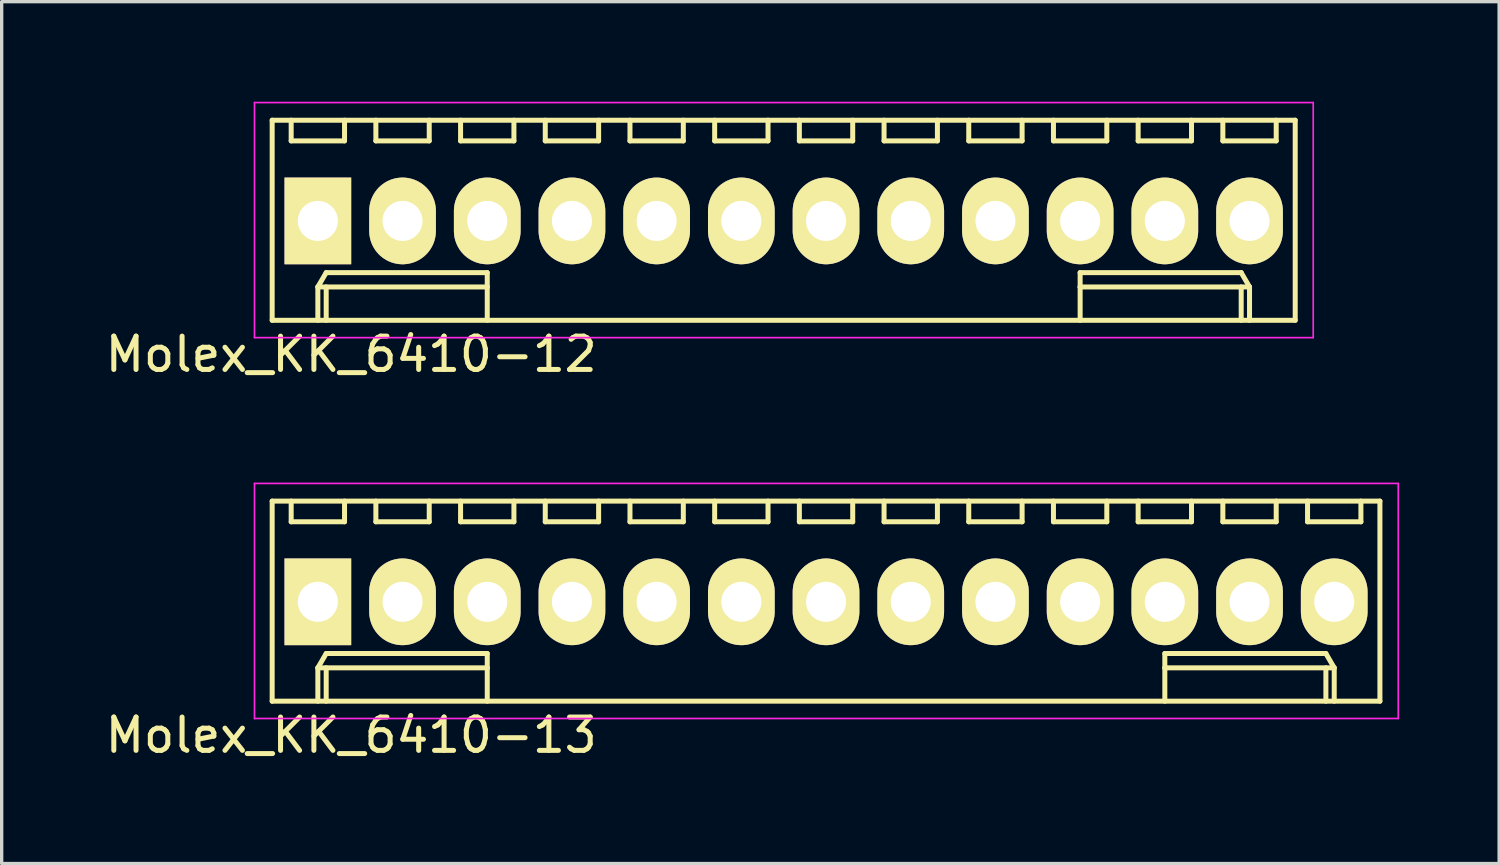
<source format=kicad_pcb>
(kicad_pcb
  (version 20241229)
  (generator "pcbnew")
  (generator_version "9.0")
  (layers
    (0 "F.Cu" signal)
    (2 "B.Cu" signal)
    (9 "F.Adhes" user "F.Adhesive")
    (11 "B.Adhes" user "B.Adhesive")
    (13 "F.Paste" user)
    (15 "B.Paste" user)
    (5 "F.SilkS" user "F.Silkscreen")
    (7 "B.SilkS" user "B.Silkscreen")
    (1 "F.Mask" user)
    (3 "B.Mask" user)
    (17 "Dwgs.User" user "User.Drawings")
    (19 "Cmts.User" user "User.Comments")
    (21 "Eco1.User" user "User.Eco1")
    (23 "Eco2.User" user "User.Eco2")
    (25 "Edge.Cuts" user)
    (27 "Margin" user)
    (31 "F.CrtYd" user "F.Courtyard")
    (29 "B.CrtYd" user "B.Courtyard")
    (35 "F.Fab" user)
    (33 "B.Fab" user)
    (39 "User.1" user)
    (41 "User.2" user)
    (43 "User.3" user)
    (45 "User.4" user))
  (footprint "Molex_KK_6410-13"
    (layer "F.Cu")
    (at 6.482 14.998)
    (property "Reference" "Molex_KK_6410-13" (at 1 4 0) (layer "F.SilkS") (effects (font (size 1 1) (thickness 0.15))))
    (attr through_hole)
    (fp_line (start -1.37 -3.02) (end -1.37 2.98) (stroke (width 0.15) (type solid)) (layer "F.SilkS"))
    (fp_line (start -1.37 2.98) (end 31.85 2.98) (stroke (width 0.15) (type solid)) (layer "F.SilkS"))
    (fp_line (start -0.8 -3.02) (end -0.8 -2.4) (stroke (width 0.15) (type solid)) (layer "F.SilkS"))
    (fp_line (start -0.8 -2.4) (end 0.8 -2.4) (stroke (width 0.15) (type solid)) (layer "F.SilkS"))
    (fp_line (start 0 1.98) (end 0.25 1.55) (stroke (width 0.15) (type solid)) (layer "F.SilkS"))
    (fp_line (start 0 1.98) (end 5.08 1.98) (stroke (width 0.15) (type solid)) (layer "F.SilkS"))
    (fp_line (start 0 2.98) (end 0 1.98) (stroke (width 0.15) (type solid)) (layer "F.SilkS"))
    (fp_line (start 0.25 1.55) (end 5.08 1.55) (stroke (width 0.15) (type solid)) (layer "F.SilkS"))
    (fp_line (start 0.25 2.98) (end 0.25 1.98) (stroke (width 0.15) (type solid)) (layer "F.SilkS"))
    (fp_line (start 0.8 -2.4) (end 0.8 -3.02) (stroke (width 0.15) (type solid)) (layer "F.SilkS"))
    (fp_line (start 1.74 -3.02) (end 1.74 -2.4) (stroke (width 0.15) (type solid)) (layer "F.SilkS"))
    (fp_line (start 1.74 -2.4) (end 3.34 -2.4) (stroke (width 0.15) (type solid)) (layer "F.SilkS"))
    (fp_line (start 3.34 -2.4) (end 3.34 -3.02) (stroke (width 0.15) (type solid)) (layer "F.SilkS"))
    (fp_line (start 4.28 -3.02) (end 4.28 -2.4) (stroke (width 0.15) (type solid)) (layer "F.SilkS"))
    (fp_line (start 4.28 -2.4) (end 5.88 -2.4) (stroke (width 0.15) (type solid)) (layer "F.SilkS"))
    (fp_line (start 5.08 1.55) (end 5.08 1.98) (stroke (width 0.15) (type solid)) (layer "F.SilkS"))
    (fp_line (start 5.08 1.98) (end 5.08 2.98) (stroke (width 0.15) (type solid)) (layer "F.SilkS"))
    (fp_line (start 5.88 -2.4) (end 5.88 -3.02) (stroke (width 0.15) (type solid)) (layer "F.SilkS"))
    (fp_line (start 6.82 -3.02) (end 6.82 -2.4) (stroke (width 0.15) (type solid)) (layer "F.SilkS"))
    (fp_line (start 6.82 -2.4) (end 8.42 -2.4) (stroke (width 0.15) (type solid)) (layer "F.SilkS"))
    (fp_line (start 8.42 -2.4) (end 8.42 -3.02) (stroke (width 0.15) (type solid)) (layer "F.SilkS"))
    (fp_line (start 9.36 -3.02) (end 9.36 -2.4) (stroke (width 0.15) (type solid)) (layer "F.SilkS"))
    (fp_line (start 9.36 -2.4) (end 10.96 -2.4) (stroke (width 0.15) (type solid)) (layer "F.SilkS"))
    (fp_line (start 10.96 -2.4) (end 10.96 -3.02) (stroke (width 0.15) (type solid)) (layer "F.SilkS"))
    (fp_line (start 11.9 -3.02) (end 11.9 -2.4) (stroke (width 0.15) (type solid)) (layer "F.SilkS"))
    (fp_line (start 11.9 -2.4) (end 13.5 -2.4) (stroke (width 0.15) (type solid)) (layer "F.SilkS"))
    (fp_line (start 13.5 -2.4) (end 13.5 -3.02) (stroke (width 0.15) (type solid)) (layer "F.SilkS"))
    (fp_line (start 14.44 -3.02) (end 14.44 -2.4) (stroke (width 0.15) (type solid)) (layer "F.SilkS"))
    (fp_line (start 14.44 -2.4) (end 16.04 -2.4) (stroke (width 0.15) (type solid)) (layer "F.SilkS"))
    (fp_line (start 16.04 -2.4) (end 16.04 -3.02) (stroke (width 0.15) (type solid)) (layer "F.SilkS"))
    (fp_line (start 16.98 -3.02) (end 16.98 -2.4) (stroke (width 0.15) (type solid)) (layer "F.SilkS"))
    (fp_line (start 16.98 -2.4) (end 18.58 -2.4) (stroke (width 0.15) (type solid)) (layer "F.SilkS"))
    (fp_line (start 18.58 -2.4) (end 18.58 -3.02) (stroke (width 0.15) (type solid)) (layer "F.SilkS"))
    (fp_line (start 19.52 -3.02) (end 19.52 -2.4) (stroke (width 0.15) (type solid)) (layer "F.SilkS"))
    (fp_line (start 19.52 -2.4) (end 21.12 -2.4) (stroke (width 0.15) (type solid)) (layer "F.SilkS"))
    (fp_line (start 21.12 -2.4) (end 21.12 -3.02) (stroke (width 0.15) (type solid)) (layer "F.SilkS"))
    (fp_line (start 22.06 -3.02) (end 22.06 -2.4) (stroke (width 0.15) (type solid)) (layer "F.SilkS"))
    (fp_line (start 22.06 -2.4) (end 23.66 -2.4) (stroke (width 0.15) (type solid)) (layer "F.SilkS"))
    (fp_line (start 23.66 -2.4) (end 23.66 -3.02) (stroke (width 0.15) (type solid)) (layer "F.SilkS"))
    (fp_line (start 24.6 -3.02) (end 24.6 -2.4) (stroke (width 0.15) (type solid)) (layer "F.SilkS"))
    (fp_line (start 24.6 -2.4) (end 26.2 -2.4) (stroke (width 0.15) (type solid)) (layer "F.SilkS"))
    (fp_line (start 25.4 1.55) (end 25.4 1.98) (stroke (width 0.15) (type solid)) (layer "F.SilkS"))
    (fp_line (start 25.4 1.98) (end 25.4 2.98) (stroke (width 0.15) (type solid)) (layer "F.SilkS"))
    (fp_line (start 26.2 -2.4) (end 26.2 -3.02) (stroke (width 0.15) (type solid)) (layer "F.SilkS"))
    (fp_line (start 27.14 -3.02) (end 27.14 -2.4) (stroke (width 0.15) (type solid)) (layer "F.SilkS"))
    (fp_line (start 27.14 -2.4) (end 28.74 -2.4) (stroke (width 0.15) (type solid)) (layer "F.SilkS"))
    (fp_line (start 28.74 -2.4) (end 28.74 -3.02) (stroke (width 0.15) (type solid)) (layer "F.SilkS"))
    (fp_line (start 29.68 -3.02) (end 29.68 -2.4) (stroke (width 0.15) (type solid)) (layer "F.SilkS"))
    (fp_line (start 29.68 -2.4) (end 31.28 -2.4) (stroke (width 0.15) (type solid)) (layer "F.SilkS"))
    (fp_line (start 30.23 1.55) (end 25.4 1.55) (stroke (width 0.15) (type solid)) (layer "F.SilkS"))
    (fp_line (start 30.23 2.98) (end 30.23 1.98) (stroke (width 0.15) (type solid)) (layer "F.SilkS"))
    (fp_line (start 30.48 1.98) (end 25.4 1.98) (stroke (width 0.15) (type solid)) (layer "F.SilkS"))
    (fp_line (start 30.48 1.98) (end 30.23 1.55) (stroke (width 0.15) (type solid)) (layer "F.SilkS"))
    (fp_line (start 30.48 2.98) (end 30.48 1.98) (stroke (width 0.15) (type solid)) (layer "F.SilkS"))
    (fp_line (start 31.28 -2.4) (end 31.28 -3.02) (stroke (width 0.15) (type solid)) (layer "F.SilkS"))
    (fp_line (start 31.85 -3.02) (end -1.37 -3.02) (stroke (width 0.15) (type solid)) (layer "F.SilkS"))
    (fp_line (start 31.85 2.98) (end 31.85 -3.02) (stroke (width 0.15) (type solid)) (layer "F.SilkS"))
    (fp_line (start -1.9 -3.55) (end 32.4 -3.55) (stroke (width 0.05) (type solid)) (layer "F.CrtYd"))
    (fp_line (start -1.9 3.5) (end -1.9 -3.55) (stroke (width 0.05) (type solid)) (layer "F.CrtYd"))
    (fp_line (start 32.4 -3.55) (end 32.4 3.5) (stroke (width 0.05) (type solid)) (layer "F.CrtYd"))
    (fp_line (start 32.4 3.5) (end -1.9 3.5) (stroke (width 0.05) (type solid)) (layer "F.CrtYd"))
    (pad "1" thru_hole rect (at 0 0) (size 2 2.6) (drill 1.2) (layers "*.Cu" "*.Mask" "F.SilkS"))
    (pad "2" thru_hole oval (at 2.54 0) (size 2 2.6) (drill 1.2) (layers "*.Cu" "*.Mask" "F.SilkS"))
    (pad "3" thru_hole oval (at 5.08 0) (size 2 2.6) (drill 1.2) (layers "*.Cu" "*.Mask" "F.SilkS"))
    (pad "4" thru_hole oval (at 7.62 0) (size 2 2.6) (drill 1.2) (layers "*.Cu" "*.Mask" "F.SilkS"))
    (pad "5" thru_hole oval (at 10.16 0) (size 2 2.6) (drill 1.2) (layers "*.Cu" "*.Mask" "F.SilkS"))
    (pad "6" thru_hole oval (at 12.7 0) (size 2 2.6) (drill 1.2) (layers "*.Cu" "*.Mask" "F.SilkS"))
    (pad "7" thru_hole oval (at 15.24 0) (size 2 2.6) (drill 1.2) (layers "*.Cu" "*.Mask" "F.SilkS"))
    (pad "8" thru_hole oval (at 17.78 0) (size 2 2.6) (drill 1.2) (layers "*.Cu" "*.Mask" "F.SilkS"))
    (pad "9" thru_hole oval (at 20.32 0) (size 2 2.6) (drill 1.2) (layers "*.Cu" "*.Mask" "F.SilkS"))
    (pad "10" thru_hole oval (at 22.86 0) (size 2 2.6) (drill 1.2) (layers "*.Cu" "*.Mask" "F.SilkS"))
    (pad "11" thru_hole oval (at 25.4 0) (size 2 2.6) (drill 1.2) (layers "*.Cu" "*.Mask" "F.SilkS"))
    (pad "12" thru_hole oval (at 27.94 0) (size 2 2.6) (drill 1.2) (layers "*.Cu" "*.Mask" "F.SilkS"))
    (pad "13" thru_hole oval (at 30.48 0) (size 2 2.6) (drill 1.2) (layers "*.Cu" "*.Mask" "F.SilkS")))
  (footprint "Molex_KK_6410-12"
    (layer "F.Cu")
    (at 6.482 3.575)
    (property "Reference" "Molex_KK_6410-12" (at 1 4 0) (layer "F.SilkS") (effects (font (size 1 1) (thickness 0.15))))
    (attr through_hole)
    (fp_line (start -1.37 -3.02) (end -1.37 2.98) (stroke (width 0.15) (type solid)) (layer "F.SilkS"))
    (fp_line (start -1.37 2.98) (end 29.31 2.98) (stroke (width 0.15) (type solid)) (layer "F.SilkS"))
    (fp_line (start -0.8 -3.02) (end -0.8 -2.4) (stroke (width 0.15) (type solid)) (layer "F.SilkS"))
    (fp_line (start -0.8 -2.4) (end 0.8 -2.4) (stroke (width 0.15) (type solid)) (layer "F.SilkS"))
    (fp_line (start 0 1.98) (end 0.25 1.55) (stroke (width 0.15) (type solid)) (layer "F.SilkS"))
    (fp_line (start 0 1.98) (end 5.08 1.98) (stroke (width 0.15) (type solid)) (layer "F.SilkS"))
    (fp_line (start 0 2.98) (end 0 1.98) (stroke (width 0.15) (type solid)) (layer "F.SilkS"))
    (fp_line (start 0.25 1.55) (end 5.08 1.55) (stroke (width 0.15) (type solid)) (layer "F.SilkS"))
    (fp_line (start 0.25 2.98) (end 0.25 1.98) (stroke (width 0.15) (type solid)) (layer "F.SilkS"))
    (fp_line (start 0.8 -2.4) (end 0.8 -3.02) (stroke (width 0.15) (type solid)) (layer "F.SilkS"))
    (fp_line (start 1.74 -3.02) (end 1.74 -2.4) (stroke (width 0.15) (type solid)) (layer "F.SilkS"))
    (fp_line (start 1.74 -2.4) (end 3.34 -2.4) (stroke (width 0.15) (type solid)) (layer "F.SilkS"))
    (fp_line (start 3.34 -2.4) (end 3.34 -3.02) (stroke (width 0.15) (type solid)) (layer "F.SilkS"))
    (fp_line (start 4.28 -3.02) (end 4.28 -2.4) (stroke (width 0.15) (type solid)) (layer "F.SilkS"))
    (fp_line (start 4.28 -2.4) (end 5.88 -2.4) (stroke (width 0.15) (type solid)) (layer "F.SilkS"))
    (fp_line (start 5.08 1.55) (end 5.08 1.98) (stroke (width 0.15) (type solid)) (layer "F.SilkS"))
    (fp_line (start 5.08 1.98) (end 5.08 2.98) (stroke (width 0.15) (type solid)) (layer "F.SilkS"))
    (fp_line (start 5.88 -2.4) (end 5.88 -3.02) (stroke (width 0.15) (type solid)) (layer "F.SilkS"))
    (fp_line (start 6.82 -3.02) (end 6.82 -2.4) (stroke (width 0.15) (type solid)) (layer "F.SilkS"))
    (fp_line (start 6.82 -2.4) (end 8.42 -2.4) (stroke (width 0.15) (type solid)) (layer "F.SilkS"))
    (fp_line (start 8.42 -2.4) (end 8.42 -3.02) (stroke (width 0.15) (type solid)) (layer "F.SilkS"))
    (fp_line (start 9.36 -3.02) (end 9.36 -2.4) (stroke (width 0.15) (type solid)) (layer "F.SilkS"))
    (fp_line (start 9.36 -2.4) (end 10.96 -2.4) (stroke (width 0.15) (type solid)) (layer "F.SilkS"))
    (fp_line (start 10.96 -2.4) (end 10.96 -3.02) (stroke (width 0.15) (type solid)) (layer "F.SilkS"))
    (fp_line (start 11.9 -3.02) (end 11.9 -2.4) (stroke (width 0.15) (type solid)) (layer "F.SilkS"))
    (fp_line (start 11.9 -2.4) (end 13.5 -2.4) (stroke (width 0.15) (type solid)) (layer "F.SilkS"))
    (fp_line (start 13.5 -2.4) (end 13.5 -3.02) (stroke (width 0.15) (type solid)) (layer "F.SilkS"))
    (fp_line (start 14.44 -3.02) (end 14.44 -2.4) (stroke (width 0.15) (type solid)) (layer "F.SilkS"))
    (fp_line (start 14.44 -2.4) (end 16.04 -2.4) (stroke (width 0.15) (type solid)) (layer "F.SilkS"))
    (fp_line (start 16.04 -2.4) (end 16.04 -3.02) (stroke (width 0.15) (type solid)) (layer "F.SilkS"))
    (fp_line (start 16.98 -3.02) (end 16.98 -2.4) (stroke (width 0.15) (type solid)) (layer "F.SilkS"))
    (fp_line (start 16.98 -2.4) (end 18.58 -2.4) (stroke (width 0.15) (type solid)) (layer "F.SilkS"))
    (fp_line (start 18.58 -2.4) (end 18.58 -3.02) (stroke (width 0.15) (type solid)) (layer "F.SilkS"))
    (fp_line (start 19.52 -3.02) (end 19.52 -2.4) (stroke (width 0.15) (type solid)) (layer "F.SilkS"))
    (fp_line (start 19.52 -2.4) (end 21.12 -2.4) (stroke (width 0.15) (type solid)) (layer "F.SilkS"))
    (fp_line (start 21.12 -2.4) (end 21.12 -3.02) (stroke (width 0.15) (type solid)) (layer "F.SilkS"))
    (fp_line (start 22.06 -3.02) (end 22.06 -2.4) (stroke (width 0.15) (type solid)) (layer "F.SilkS"))
    (fp_line (start 22.06 -2.4) (end 23.66 -2.4) (stroke (width 0.15) (type solid)) (layer "F.SilkS"))
    (fp_line (start 22.86 1.55) (end 22.86 1.98) (stroke (width 0.15) (type solid)) (layer "F.SilkS"))
    (fp_line (start 22.86 1.98) (end 22.86 2.98) (stroke (width 0.15) (type solid)) (layer "F.SilkS"))
    (fp_line (start 23.66 -2.4) (end 23.66 -3.02) (stroke (width 0.15) (type solid)) (layer "F.SilkS"))
    (fp_line (start 24.6 -3.02) (end 24.6 -2.4) (stroke (width 0.15) (type solid)) (layer "F.SilkS"))
    (fp_line (start 24.6 -2.4) (end 26.2 -2.4) (stroke (width 0.15) (type solid)) (layer "F.SilkS"))
    (fp_line (start 26.2 -2.4) (end 26.2 -3.02) (stroke (width 0.15) (type solid)) (layer "F.SilkS"))
    (fp_line (start 27.14 -3.02) (end 27.14 -2.4) (stroke (width 0.15) (type solid)) (layer "F.SilkS"))
    (fp_line (start 27.14 -2.4) (end 28.74 -2.4) (stroke (width 0.15) (type solid)) (layer "F.SilkS"))
    (fp_line (start 27.69 1.55) (end 22.86 1.55) (stroke (width 0.15) (type solid)) (layer "F.SilkS"))
    (fp_line (start 27.69 2.98) (end 27.69 1.98) (stroke (width 0.15) (type solid)) (layer "F.SilkS"))
    (fp_line (start 27.94 1.98) (end 22.86 1.98) (stroke (width 0.15) (type solid)) (layer "F.SilkS"))
    (fp_line (start 27.94 1.98) (end 27.69 1.55) (stroke (width 0.15) (type solid)) (layer "F.SilkS"))
    (fp_line (start 27.94 2.98) (end 27.94 1.98) (stroke (width 0.15) (type solid)) (layer "F.SilkS"))
    (fp_line (start 28.74 -2.4) (end 28.74 -3.02) (stroke (width 0.15) (type solid)) (layer "F.SilkS"))
    (fp_line (start 29.31 -3.02) (end -1.37 -3.02) (stroke (width 0.15) (type solid)) (layer "F.SilkS"))
    (fp_line (start 29.31 2.98) (end 29.31 -3.02) (stroke (width 0.15) (type solid)) (layer "F.SilkS"))
    (fp_line (start -1.9 -3.55) (end 29.85 -3.55) (stroke (width 0.05) (type solid)) (layer "F.CrtYd"))
    (fp_line (start -1.9 3.5) (end -1.9 -3.55) (stroke (width 0.05) (type solid)) (layer "F.CrtYd"))
    (fp_line (start 29.85 -3.55) (end 29.85 3.5) (stroke (width 0.05) (type solid)) (layer "F.CrtYd"))
    (fp_line (start 29.85 3.5) (end -1.9 3.5) (stroke (width 0.05) (type solid)) (layer "F.CrtYd"))
    (pad "1" thru_hole rect (at 0 0) (size 2 2.6) (drill 1.2) (layers "*.Cu" "*.Mask" "F.SilkS"))
    (pad "2" thru_hole oval (at 2.54 0) (size 2 2.6) (drill 1.2) (layers "*.Cu" "*.Mask" "F.SilkS"))
    (pad "3" thru_hole oval (at 5.08 0) (size 2 2.6) (drill 1.2) (layers "*.Cu" "*.Mask" "F.SilkS"))
    (pad "4" thru_hole oval (at 7.62 0) (size 2 2.6) (drill 1.2) (layers "*.Cu" "*.Mask" "F.SilkS"))
    (pad "5" thru_hole oval (at 10.16 0) (size 2 2.6) (drill 1.2) (layers "*.Cu" "*.Mask" "F.SilkS"))
    (pad "6" thru_hole oval (at 12.7 0) (size 2 2.6) (drill 1.2) (layers "*.Cu" "*.Mask" "F.SilkS"))
    (pad "7" thru_hole oval (at 15.24 0) (size 2 2.6) (drill 1.2) (layers "*.Cu" "*.Mask" "F.SilkS"))
    (pad "8" thru_hole oval (at 17.78 0) (size 2 2.6) (drill 1.2) (layers "*.Cu" "*.Mask" "F.SilkS"))
    (pad "9" thru_hole oval (at 20.32 0) (size 2 2.6) (drill 1.2) (layers "*.Cu" "*.Mask" "F.SilkS"))
    (pad "10" thru_hole oval (at 22.86 0) (size 2 2.6) (drill 1.2) (layers "*.Cu" "*.Mask" "F.SilkS"))
    (pad "11" thru_hole oval (at 25.4 0) (size 2 2.6) (drill 1.2) (layers "*.Cu" "*.Mask" "F.SilkS"))
    (pad "12" thru_hole oval (at 27.94 0) (size 2 2.6) (drill 1.2) (layers "*.Cu" "*.Mask" "F.SilkS")))
  (gr_rect
    (start -3 -3)
    (end 41.907 22.846)
    (stroke (width 0.1) (type default))
    (fill no)
    (layer "Edge.Cuts")))
</source>
